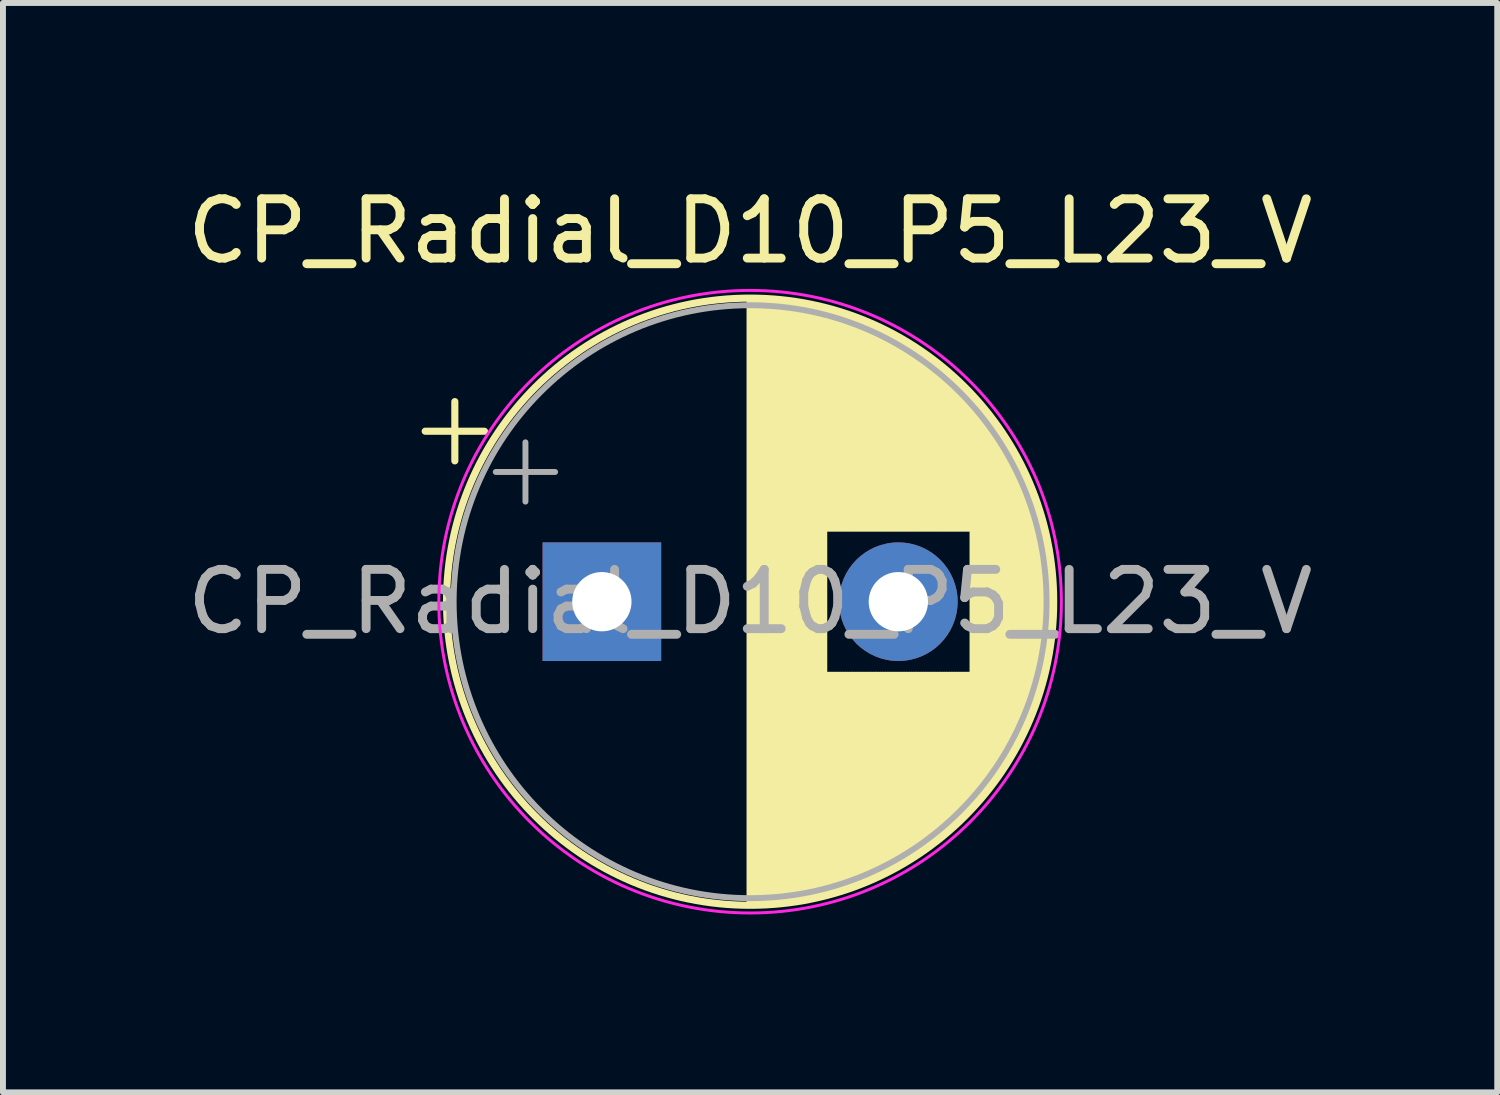
<source format=kicad_pcb>
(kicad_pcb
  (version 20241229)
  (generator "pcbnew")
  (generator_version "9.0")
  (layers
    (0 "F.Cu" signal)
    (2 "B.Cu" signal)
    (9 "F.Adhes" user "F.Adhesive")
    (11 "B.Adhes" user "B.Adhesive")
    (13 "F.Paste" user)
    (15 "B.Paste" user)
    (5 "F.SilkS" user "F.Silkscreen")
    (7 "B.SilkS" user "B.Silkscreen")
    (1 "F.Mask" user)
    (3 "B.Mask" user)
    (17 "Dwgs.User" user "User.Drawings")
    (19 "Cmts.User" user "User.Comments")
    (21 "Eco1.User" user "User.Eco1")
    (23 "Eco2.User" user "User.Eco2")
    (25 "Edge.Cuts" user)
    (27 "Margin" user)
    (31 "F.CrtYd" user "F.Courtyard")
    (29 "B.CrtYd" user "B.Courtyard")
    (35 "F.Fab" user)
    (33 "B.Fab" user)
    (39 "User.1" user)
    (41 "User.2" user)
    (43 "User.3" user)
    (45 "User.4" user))
  (footprint "CP_Radial_D10_P5_L23_V"
    (layer "F.Cu")
    (at 7.101 7.098)
    (property "Reference" "CP_Radial_D10_P5_L23_V" (at 2.5 -6.25 0) (layer "F.SilkS") (effects (font (size 1 1) (thickness 0.15))))
    (attr through_hole)
    (fp_line (start -2.98 -2.875) (end -1.98 -2.875) (stroke (width 0.12) (type solid)) (layer "F.SilkS"))
    (fp_line (start -2.48 -3.375) (end -2.48 -2.375) (stroke (width 0.12) (type solid)) (layer "F.SilkS"))
    (fp_line (start 2.5 -5.08) (end 2.5 5.08) (stroke (width 0.12) (type solid)) (layer "F.SilkS"))
    (fp_line (start 2.54 -5.08) (end 2.54 5.08) (stroke (width 0.12) (type solid)) (layer "F.SilkS"))
    (fp_line (start 2.58 -5.08) (end 2.58 5.08) (stroke (width 0.12) (type solid)) (layer "F.SilkS"))
    (fp_line (start 2.62 -5.079) (end 2.62 5.079) (stroke (width 0.12) (type solid)) (layer "F.SilkS"))
    (fp_line (start 2.66 -5.078) (end 2.66 5.078) (stroke (width 0.12) (type solid)) (layer "F.SilkS"))
    (fp_line (start 2.7 -5.077) (end 2.7 5.077) (stroke (width 0.12) (type solid)) (layer "F.SilkS"))
    (fp_line (start 2.74 -5.075) (end 2.74 5.075) (stroke (width 0.12) (type solid)) (layer "F.SilkS"))
    (fp_line (start 2.78 -5.073) (end 2.78 5.073) (stroke (width 0.12) (type solid)) (layer "F.SilkS"))
    (fp_line (start 2.82 -5.07) (end 2.82 5.07) (stroke (width 0.12) (type solid)) (layer "F.SilkS"))
    (fp_line (start 2.86 -5.068) (end 2.86 5.068) (stroke (width 0.12) (type solid)) (layer "F.SilkS"))
    (fp_line (start 2.9 -5.065) (end 2.9 5.065) (stroke (width 0.12) (type solid)) (layer "F.SilkS"))
    (fp_line (start 2.94 -5.062) (end 2.94 5.062) (stroke (width 0.12) (type solid)) (layer "F.SilkS"))
    (fp_line (start 2.98 -5.058) (end 2.98 5.058) (stroke (width 0.12) (type solid)) (layer "F.SilkS"))
    (fp_line (start 3.02 -5.054) (end 3.02 5.054) (stroke (width 0.12) (type solid)) (layer "F.SilkS"))
    (fp_line (start 3.06 -5.05) (end 3.06 5.05) (stroke (width 0.12) (type solid)) (layer "F.SilkS"))
    (fp_line (start 3.1 -5.045) (end 3.1 5.045) (stroke (width 0.12) (type solid)) (layer "F.SilkS"))
    (fp_line (start 3.14 -5.04) (end 3.14 5.04) (stroke (width 0.12) (type solid)) (layer "F.SilkS"))
    (fp_line (start 3.18 -5.035) (end 3.18 5.035) (stroke (width 0.12) (type solid)) (layer "F.SilkS"))
    (fp_line (start 3.221 -5.03) (end 3.221 5.03) (stroke (width 0.12) (type solid)) (layer "F.SilkS"))
    (fp_line (start 3.261 -5.024) (end 3.261 5.024) (stroke (width 0.12) (type solid)) (layer "F.SilkS"))
    (fp_line (start 3.301 -5.018) (end 3.301 5.018) (stroke (width 0.12) (type solid)) (layer "F.SilkS"))
    (fp_line (start 3.341 -5.011) (end 3.341 5.011) (stroke (width 0.12) (type solid)) (layer "F.SilkS"))
    (fp_line (start 3.381 -5.004) (end 3.381 5.004) (stroke (width 0.12) (type solid)) (layer "F.SilkS"))
    (fp_line (start 3.421 -4.997) (end 3.421 4.997) (stroke (width 0.12) (type solid)) (layer "F.SilkS"))
    (fp_line (start 3.461 -4.99) (end 3.461 4.99) (stroke (width 0.12) (type solid)) (layer "F.SilkS"))
    (fp_line (start 3.501 -4.982) (end 3.501 4.982) (stroke (width 0.12) (type solid)) (layer "F.SilkS"))
    (fp_line (start 3.541 -4.974) (end 3.541 4.974) (stroke (width 0.12) (type solid)) (layer "F.SilkS"))
    (fp_line (start 3.581 -4.965) (end 3.581 4.965) (stroke (width 0.12) (type solid)) (layer "F.SilkS"))
    (fp_line (start 3.621 -4.956) (end 3.621 4.956) (stroke (width 0.12) (type solid)) (layer "F.SilkS"))
    (fp_line (start 3.661 -4.947) (end 3.661 4.947) (stroke (width 0.12) (type solid)) (layer "F.SilkS"))
    (fp_line (start 3.701 -4.938) (end 3.701 4.938) (stroke (width 0.12) (type solid)) (layer "F.SilkS"))
    (fp_line (start 3.741 -4.928) (end 3.741 4.928) (stroke (width 0.12) (type solid)) (layer "F.SilkS"))
    (fp_line (start 3.781 -4.918) (end 3.781 -1.241) (stroke (width 0.12) (type solid)) (layer "F.SilkS"))
    (fp_line (start 3.781 1.241) (end 3.781 4.918) (stroke (width 0.12) (type solid)) (layer "F.SilkS"))
    (fp_line (start 3.821 -4.907) (end 3.821 -1.241) (stroke (width 0.12) (type solid)) (layer "F.SilkS"))
    (fp_line (start 3.821 1.241) (end 3.821 4.907) (stroke (width 0.12) (type solid)) (layer "F.SilkS"))
    (fp_line (start 3.861 -4.897) (end 3.861 -1.241) (stroke (width 0.12) (type solid)) (layer "F.SilkS"))
    (fp_line (start 3.861 1.241) (end 3.861 4.897) (stroke (width 0.12) (type solid)) (layer "F.SilkS"))
    (fp_line (start 3.901 -4.885) (end 3.901 -1.241) (stroke (width 0.12) (type solid)) (layer "F.SilkS"))
    (fp_line (start 3.901 1.241) (end 3.901 4.885) (stroke (width 0.12) (type solid)) (layer "F.SilkS"))
    (fp_line (start 3.941 -4.874) (end 3.941 -1.241) (stroke (width 0.12) (type solid)) (layer "F.SilkS"))
    (fp_line (start 3.941 1.241) (end 3.941 4.874) (stroke (width 0.12) (type solid)) (layer "F.SilkS"))
    (fp_line (start 3.981 -4.862) (end 3.981 -1.241) (stroke (width 0.12) (type solid)) (layer "F.SilkS"))
    (fp_line (start 3.981 1.241) (end 3.981 4.862) (stroke (width 0.12) (type solid)) (layer "F.SilkS"))
    (fp_line (start 4.021 -4.85) (end 4.021 -1.241) (stroke (width 0.12) (type solid)) (layer "F.SilkS"))
    (fp_line (start 4.021 1.241) (end 4.021 4.85) (stroke (width 0.12) (type solid)) (layer "F.SilkS"))
    (fp_line (start 4.061 -4.837) (end 4.061 -1.241) (stroke (width 0.12) (type solid)) (layer "F.SilkS"))
    (fp_line (start 4.061 1.241) (end 4.061 4.837) (stroke (width 0.12) (type solid)) (layer "F.SilkS"))
    (fp_line (start 4.101 -4.824) (end 4.101 -1.241) (stroke (width 0.12) (type solid)) (layer "F.SilkS"))
    (fp_line (start 4.101 1.241) (end 4.101 4.824) (stroke (width 0.12) (type solid)) (layer "F.SilkS"))
    (fp_line (start 4.141 -4.811) (end 4.141 -1.241) (stroke (width 0.12) (type solid)) (layer "F.SilkS"))
    (fp_line (start 4.141 1.241) (end 4.141 4.811) (stroke (width 0.12) (type solid)) (layer "F.SilkS"))
    (fp_line (start 4.181 -4.797) (end 4.181 -1.241) (stroke (width 0.12) (type solid)) (layer "F.SilkS"))
    (fp_line (start 4.181 1.241) (end 4.181 4.797) (stroke (width 0.12) (type solid)) (layer "F.SilkS"))
    (fp_line (start 4.221 -4.783) (end 4.221 -1.241) (stroke (width 0.12) (type solid)) (layer "F.SilkS"))
    (fp_line (start 4.221 1.241) (end 4.221 4.783) (stroke (width 0.12) (type solid)) (layer "F.SilkS"))
    (fp_line (start 4.261 -4.768) (end 4.261 -1.241) (stroke (width 0.12) (type solid)) (layer "F.SilkS"))
    (fp_line (start 4.261 1.241) (end 4.261 4.768) (stroke (width 0.12) (type solid)) (layer "F.SilkS"))
    (fp_line (start 4.301 -4.754) (end 4.301 -1.241) (stroke (width 0.12) (type solid)) (layer "F.SilkS"))
    (fp_line (start 4.301 1.241) (end 4.301 4.754) (stroke (width 0.12) (type solid)) (layer "F.SilkS"))
    (fp_line (start 4.341 -4.738) (end 4.341 -1.241) (stroke (width 0.12) (type solid)) (layer "F.SilkS"))
    (fp_line (start 4.341 1.241) (end 4.341 4.738) (stroke (width 0.12) (type solid)) (layer "F.SilkS"))
    (fp_line (start 4.381 -4.723) (end 4.381 -1.241) (stroke (width 0.12) (type solid)) (layer "F.SilkS"))
    (fp_line (start 4.381 1.241) (end 4.381 4.723) (stroke (width 0.12) (type solid)) (layer "F.SilkS"))
    (fp_line (start 4.421 -4.707) (end 4.421 -1.241) (stroke (width 0.12) (type solid)) (layer "F.SilkS"))
    (fp_line (start 4.421 1.241) (end 4.421 4.707) (stroke (width 0.12) (type solid)) (layer "F.SilkS"))
    (fp_line (start 4.461 -4.69) (end 4.461 -1.241) (stroke (width 0.12) (type solid)) (layer "F.SilkS"))
    (fp_line (start 4.461 1.241) (end 4.461 4.69) (stroke (width 0.12) (type solid)) (layer "F.SilkS"))
    (fp_line (start 4.501 -4.674) (end 4.501 -1.241) (stroke (width 0.12) (type solid)) (layer "F.SilkS"))
    (fp_line (start 4.501 1.241) (end 4.501 4.674) (stroke (width 0.12) (type solid)) (layer "F.SilkS"))
    (fp_line (start 4.541 -4.657) (end 4.541 -1.241) (stroke (width 0.12) (type solid)) (layer "F.SilkS"))
    (fp_line (start 4.541 1.241) (end 4.541 4.657) (stroke (width 0.12) (type solid)) (layer "F.SilkS"))
    (fp_line (start 4.581 -4.639) (end 4.581 -1.241) (stroke (width 0.12) (type solid)) (layer "F.SilkS"))
    (fp_line (start 4.581 1.241) (end 4.581 4.639) (stroke (width 0.12) (type solid)) (layer "F.SilkS"))
    (fp_line (start 4.621 -4.621) (end 4.621 -1.241) (stroke (width 0.12) (type solid)) (layer "F.SilkS"))
    (fp_line (start 4.621 1.241) (end 4.621 4.621) (stroke (width 0.12) (type solid)) (layer "F.SilkS"))
    (fp_line (start 4.661 -4.603) (end 4.661 -1.241) (stroke (width 0.12) (type solid)) (layer "F.SilkS"))
    (fp_line (start 4.661 1.241) (end 4.661 4.603) (stroke (width 0.12) (type solid)) (layer "F.SilkS"))
    (fp_line (start 4.701 -4.584) (end 4.701 -1.241) (stroke (width 0.12) (type solid)) (layer "F.SilkS"))
    (fp_line (start 4.701 1.241) (end 4.701 4.584) (stroke (width 0.12) (type solid)) (layer "F.SilkS"))
    (fp_line (start 4.741 -4.564) (end 4.741 -1.241) (stroke (width 0.12) (type solid)) (layer "F.SilkS"))
    (fp_line (start 4.741 1.241) (end 4.741 4.564) (stroke (width 0.12) (type solid)) (layer "F.SilkS"))
    (fp_line (start 4.781 -4.545) (end 4.781 -1.241) (stroke (width 0.12) (type solid)) (layer "F.SilkS"))
    (fp_line (start 4.781 1.241) (end 4.781 4.545) (stroke (width 0.12) (type solid)) (layer "F.SilkS"))
    (fp_line (start 4.821 -4.525) (end 4.821 -1.241) (stroke (width 0.12) (type solid)) (layer "F.SilkS"))
    (fp_line (start 4.821 1.241) (end 4.821 4.525) (stroke (width 0.12) (type solid)) (layer "F.SilkS"))
    (fp_line (start 4.861 -4.504) (end 4.861 -1.241) (stroke (width 0.12) (type solid)) (layer "F.SilkS"))
    (fp_line (start 4.861 1.241) (end 4.861 4.504) (stroke (width 0.12) (type solid)) (layer "F.SilkS"))
    (fp_line (start 4.901 -4.483) (end 4.901 -1.241) (stroke (width 0.12) (type solid)) (layer "F.SilkS"))
    (fp_line (start 4.901 1.241) (end 4.901 4.483) (stroke (width 0.12) (type solid)) (layer "F.SilkS"))
    (fp_line (start 4.941 -4.462) (end 4.941 -1.241) (stroke (width 0.12) (type solid)) (layer "F.SilkS"))
    (fp_line (start 4.941 1.241) (end 4.941 4.462) (stroke (width 0.12) (type solid)) (layer "F.SilkS"))
    (fp_line (start 4.981 -4.44) (end 4.981 -1.241) (stroke (width 0.12) (type solid)) (layer "F.SilkS"))
    (fp_line (start 4.981 1.241) (end 4.981 4.44) (stroke (width 0.12) (type solid)) (layer "F.SilkS"))
    (fp_line (start 5.021 -4.417) (end 5.021 -1.241) (stroke (width 0.12) (type solid)) (layer "F.SilkS"))
    (fp_line (start 5.021 1.241) (end 5.021 4.417) (stroke (width 0.12) (type solid)) (layer "F.SilkS"))
    (fp_line (start 5.061 -4.395) (end 5.061 -1.241) (stroke (width 0.12) (type solid)) (layer "F.SilkS"))
    (fp_line (start 5.061 1.241) (end 5.061 4.395) (stroke (width 0.12) (type solid)) (layer "F.SilkS"))
    (fp_line (start 5.101 -4.371) (end 5.101 -1.241) (stroke (width 0.12) (type solid)) (layer "F.SilkS"))
    (fp_line (start 5.101 1.241) (end 5.101 4.371) (stroke (width 0.12) (type solid)) (layer "F.SilkS"))
    (fp_line (start 5.141 -4.347) (end 5.141 -1.241) (stroke (width 0.12) (type solid)) (layer "F.SilkS"))
    (fp_line (start 5.141 1.241) (end 5.141 4.347) (stroke (width 0.12) (type solid)) (layer "F.SilkS"))
    (fp_line (start 5.181 -4.323) (end 5.181 -1.241) (stroke (width 0.12) (type solid)) (layer "F.SilkS"))
    (fp_line (start 5.181 1.241) (end 5.181 4.323) (stroke (width 0.12) (type solid)) (layer "F.SilkS"))
    (fp_line (start 5.221 -4.298) (end 5.221 -1.241) (stroke (width 0.12) (type solid)) (layer "F.SilkS"))
    (fp_line (start 5.221 1.241) (end 5.221 4.298) (stroke (width 0.12) (type solid)) (layer "F.SilkS"))
    (fp_line (start 5.261 -4.273) (end 5.261 -1.241) (stroke (width 0.12) (type solid)) (layer "F.SilkS"))
    (fp_line (start 5.261 1.241) (end 5.261 4.273) (stroke (width 0.12) (type solid)) (layer "F.SilkS"))
    (fp_line (start 5.301 -4.247) (end 5.301 -1.241) (stroke (width 0.12) (type solid)) (layer "F.SilkS"))
    (fp_line (start 5.301 1.241) (end 5.301 4.247) (stroke (width 0.12) (type solid)) (layer "F.SilkS"))
    (fp_line (start 5.341 -4.221) (end 5.341 -1.241) (stroke (width 0.12) (type solid)) (layer "F.SilkS"))
    (fp_line (start 5.341 1.241) (end 5.341 4.221) (stroke (width 0.12) (type solid)) (layer "F.SilkS"))
    (fp_line (start 5.381 -4.194) (end 5.381 -1.241) (stroke (width 0.12) (type solid)) (layer "F.SilkS"))
    (fp_line (start 5.381 1.241) (end 5.381 4.194) (stroke (width 0.12) (type solid)) (layer "F.SilkS"))
    (fp_line (start 5.421 -4.166) (end 5.421 -1.241) (stroke (width 0.12) (type solid)) (layer "F.SilkS"))
    (fp_line (start 5.421 1.241) (end 5.421 4.166) (stroke (width 0.12) (type solid)) (layer "F.SilkS"))
    (fp_line (start 5.461 -4.138) (end 5.461 -1.241) (stroke (width 0.12) (type solid)) (layer "F.SilkS"))
    (fp_line (start 5.461 1.241) (end 5.461 4.138) (stroke (width 0.12) (type solid)) (layer "F.SilkS"))
    (fp_line (start 5.501 -4.11) (end 5.501 -1.241) (stroke (width 0.12) (type solid)) (layer "F.SilkS"))
    (fp_line (start 5.501 1.241) (end 5.501 4.11) (stroke (width 0.12) (type solid)) (layer "F.SilkS"))
    (fp_line (start 5.541 -4.08) (end 5.541 -1.241) (stroke (width 0.12) (type solid)) (layer "F.SilkS"))
    (fp_line (start 5.541 1.241) (end 5.541 4.08) (stroke (width 0.12) (type solid)) (layer "F.SilkS"))
    (fp_line (start 5.581 -4.05) (end 5.581 -1.241) (stroke (width 0.12) (type solid)) (layer "F.SilkS"))
    (fp_line (start 5.581 1.241) (end 5.581 4.05) (stroke (width 0.12) (type solid)) (layer "F.SilkS"))
    (fp_line (start 5.621 -4.02) (end 5.621 -1.241) (stroke (width 0.12) (type solid)) (layer "F.SilkS"))
    (fp_line (start 5.621 1.241) (end 5.621 4.02) (stroke (width 0.12) (type solid)) (layer "F.SilkS"))
    (fp_line (start 5.661 -3.989) (end 5.661 -1.241) (stroke (width 0.12) (type solid)) (layer "F.SilkS"))
    (fp_line (start 5.661 1.241) (end 5.661 3.989) (stroke (width 0.12) (type solid)) (layer "F.SilkS"))
    (fp_line (start 5.701 -3.957) (end 5.701 -1.241) (stroke (width 0.12) (type solid)) (layer "F.SilkS"))
    (fp_line (start 5.701 1.241) (end 5.701 3.957) (stroke (width 0.12) (type solid)) (layer "F.SilkS"))
    (fp_line (start 5.741 -3.925) (end 5.741 -1.241) (stroke (width 0.12) (type solid)) (layer "F.SilkS"))
    (fp_line (start 5.741 1.241) (end 5.741 3.925) (stroke (width 0.12) (type solid)) (layer "F.SilkS"))
    (fp_line (start 5.781 -3.892) (end 5.781 -1.241) (stroke (width 0.12) (type solid)) (layer "F.SilkS"))
    (fp_line (start 5.781 1.241) (end 5.781 3.892) (stroke (width 0.12) (type solid)) (layer "F.SilkS"))
    (fp_line (start 5.821 -3.858) (end 5.821 -1.241) (stroke (width 0.12) (type solid)) (layer "F.SilkS"))
    (fp_line (start 5.821 1.241) (end 5.821 3.858) (stroke (width 0.12) (type solid)) (layer "F.SilkS"))
    (fp_line (start 5.861 -3.824) (end 5.861 -1.241) (stroke (width 0.12) (type solid)) (layer "F.SilkS"))
    (fp_line (start 5.861 1.241) (end 5.861 3.824) (stroke (width 0.12) (type solid)) (layer "F.SilkS"))
    (fp_line (start 5.901 -3.789) (end 5.901 -1.241) (stroke (width 0.12) (type solid)) (layer "F.SilkS"))
    (fp_line (start 5.901 1.241) (end 5.901 3.789) (stroke (width 0.12) (type solid)) (layer "F.SilkS"))
    (fp_line (start 5.941 -3.753) (end 5.941 -1.241) (stroke (width 0.12) (type solid)) (layer "F.SilkS"))
    (fp_line (start 5.941 1.241) (end 5.941 3.753) (stroke (width 0.12) (type solid)) (layer "F.SilkS"))
    (fp_line (start 5.981 -3.716) (end 5.981 -1.241) (stroke (width 0.12) (type solid)) (layer "F.SilkS"))
    (fp_line (start 5.981 1.241) (end 5.981 3.716) (stroke (width 0.12) (type solid)) (layer "F.SilkS"))
    (fp_line (start 6.021 -3.679) (end 6.021 -1.241) (stroke (width 0.12) (type solid)) (layer "F.SilkS"))
    (fp_line (start 6.021 1.241) (end 6.021 3.679) (stroke (width 0.12) (type solid)) (layer "F.SilkS"))
    (fp_line (start 6.061 -3.64) (end 6.061 -1.241) (stroke (width 0.12) (type solid)) (layer "F.SilkS"))
    (fp_line (start 6.061 1.241) (end 6.061 3.64) (stroke (width 0.12) (type solid)) (layer "F.SilkS"))
    (fp_line (start 6.101 -3.601) (end 6.101 -1.241) (stroke (width 0.12) (type solid)) (layer "F.SilkS"))
    (fp_line (start 6.101 1.241) (end 6.101 3.601) (stroke (width 0.12) (type solid)) (layer "F.SilkS"))
    (fp_line (start 6.141 -3.561) (end 6.141 -1.241) (stroke (width 0.12) (type solid)) (layer "F.SilkS"))
    (fp_line (start 6.141 1.241) (end 6.141 3.561) (stroke (width 0.12) (type solid)) (layer "F.SilkS"))
    (fp_line (start 6.181 -3.52) (end 6.181 -1.241) (stroke (width 0.12) (type solid)) (layer "F.SilkS"))
    (fp_line (start 6.181 1.241) (end 6.181 3.52) (stroke (width 0.12) (type solid)) (layer "F.SilkS"))
    (fp_line (start 6.221 -3.478) (end 6.221 -1.241) (stroke (width 0.12) (type solid)) (layer "F.SilkS"))
    (fp_line (start 6.221 1.241) (end 6.221 3.478) (stroke (width 0.12) (type solid)) (layer "F.SilkS"))
    (fp_line (start 6.261 -3.436) (end 6.261 3.436) (stroke (width 0.12) (type solid)) (layer "F.SilkS"))
    (fp_line (start 6.301 -3.392) (end 6.301 3.392) (stroke (width 0.12) (type solid)) (layer "F.SilkS"))
    (fp_line (start 6.341 -3.347) (end 6.341 3.347) (stroke (width 0.12) (type solid)) (layer "F.SilkS"))
    (fp_line (start 6.381 -3.301) (end 6.381 3.301) (stroke (width 0.12) (type solid)) (layer "F.SilkS"))
    (fp_line (start 6.421 -3.254) (end 6.421 3.254) (stroke (width 0.12) (type solid)) (layer "F.SilkS"))
    (fp_line (start 6.461 -3.206) (end 6.461 3.206) (stroke (width 0.12) (type solid)) (layer "F.SilkS"))
    (fp_line (start 6.501 -3.156) (end 6.501 3.156) (stroke (width 0.12) (type solid)) (layer "F.SilkS"))
    (fp_line (start 6.541 -3.106) (end 6.541 3.106) (stroke (width 0.12) (type solid)) (layer "F.SilkS"))
    (fp_line (start 6.581 -3.054) (end 6.581 3.054) (stroke (width 0.12) (type solid)) (layer "F.SilkS"))
    (fp_line (start 6.621 -3) (end 6.621 3) (stroke (width 0.12) (type solid)) (layer "F.SilkS"))
    (fp_line (start 6.661 -2.945) (end 6.661 2.945) (stroke (width 0.12) (type solid)) (layer "F.SilkS"))
    (fp_line (start 6.701 -2.889) (end 6.701 2.889) (stroke (width 0.12) (type solid)) (layer "F.SilkS"))
    (fp_line (start 6.741 -2.83) (end 6.741 2.83) (stroke (width 0.12) (type solid)) (layer "F.SilkS"))
    (fp_line (start 6.781 -2.77) (end 6.781 2.77) (stroke (width 0.12) (type solid)) (layer "F.SilkS"))
    (fp_line (start 6.821 -2.709) (end 6.821 2.709) (stroke (width 0.12) (type solid)) (layer "F.SilkS"))
    (fp_line (start 6.861 -2.645) (end 6.861 2.645) (stroke (width 0.12) (type solid)) (layer "F.SilkS"))
    (fp_line (start 6.901 -2.579) (end 6.901 2.579) (stroke (width 0.12) (type solid)) (layer "F.SilkS"))
    (fp_line (start 6.941 -2.51) (end 6.941 2.51) (stroke (width 0.12) (type solid)) (layer "F.SilkS"))
    (fp_line (start 6.981 -2.439) (end 6.981 2.439) (stroke (width 0.12) (type solid)) (layer "F.SilkS"))
    (fp_line (start 7.021 -2.365) (end 7.021 2.365) (stroke (width 0.12) (type solid)) (layer "F.SilkS"))
    (fp_line (start 7.061 -2.289) (end 7.061 2.289) (stroke (width 0.12) (type solid)) (layer "F.SilkS"))
    (fp_line (start 7.101 -2.209) (end 7.101 2.209) (stroke (width 0.12) (type solid)) (layer "F.SilkS"))
    (fp_line (start 7.141 -2.125) (end 7.141 2.125) (stroke (width 0.12) (type solid)) (layer "F.SilkS"))
    (fp_line (start 7.181 -2.037) (end 7.181 2.037) (stroke (width 0.12) (type solid)) (layer "F.SilkS"))
    (fp_line (start 7.221 -1.944) (end 7.221 1.944) (stroke (width 0.12) (type solid)) (layer "F.SilkS"))
    (fp_line (start 7.261 -1.846) (end 7.261 1.846) (stroke (width 0.12) (type solid)) (layer "F.SilkS"))
    (fp_line (start 7.301 -1.742) (end 7.301 1.742) (stroke (width 0.12) (type solid)) (layer "F.SilkS"))
    (fp_line (start 7.341 -1.63) (end 7.341 1.63) (stroke (width 0.12) (type solid)) (layer "F.SilkS"))
    (fp_line (start 7.381 -1.51) (end 7.381 1.51) (stroke (width 0.12) (type solid)) (layer "F.SilkS"))
    (fp_line (start 7.421 -1.378) (end 7.421 1.378) (stroke (width 0.12) (type solid)) (layer "F.SilkS"))
    (fp_line (start 7.461 -1.23) (end 7.461 1.23) (stroke (width 0.12) (type solid)) (layer "F.SilkS"))
    (fp_line (start 7.501 -1.062) (end 7.501 1.062) (stroke (width 0.12) (type solid)) (layer "F.SilkS"))
    (fp_line (start 7.541 -0.862) (end 7.541 0.862) (stroke (width 0.12) (type solid)) (layer "F.SilkS"))
    (fp_line (start 7.581 -0.599) (end 7.581 0.599) (stroke (width 0.12) (type solid)) (layer "F.SilkS"))
    (fp_circle (center 2.5 0) (end 7.62 0) (stroke (width 0.12) (type solid)) (fill no) (layer "F.SilkS"))
    (fp_circle (center 2.5 0) (end 7.75 0) (stroke (width 0.05) (type solid)) (fill no) (layer "F.CrtYd"))
    (fp_line (start -1.789 -2.188) (end -0.789 -2.188) (stroke (width 0.1) (type solid)) (layer "F.Fab"))
    (fp_line (start -1.289 -2.688) (end -1.289 -1.688) (stroke (width 0.1) (type solid)) (layer "F.Fab"))
    (fp_circle (center 2.5 0) (end 7.5 0) (stroke (width 0.1) (type solid)) (fill no) (layer "F.Fab"))
    (fp_text user "${REFERENCE}" (at 2.5 0 0) (layer "F.Fab") (effects (font (size 1 1) (thickness 0.15))))
    (pad "1" thru_hole rect (at 0 0) (size 2 2) (drill 1) (layers "*.Cu" "*.Mask"))
    (pad "2" thru_hole circle (at 5 0) (size 2 2) (drill 1) (layers "*.Cu" "*.Mask")))
  (gr_rect
    (start -3 -3)
    (end 22.202 15.373)
    (stroke (width 0.1) (type default))
    (fill no)
    (layer "Edge.Cuts")))
</source>
